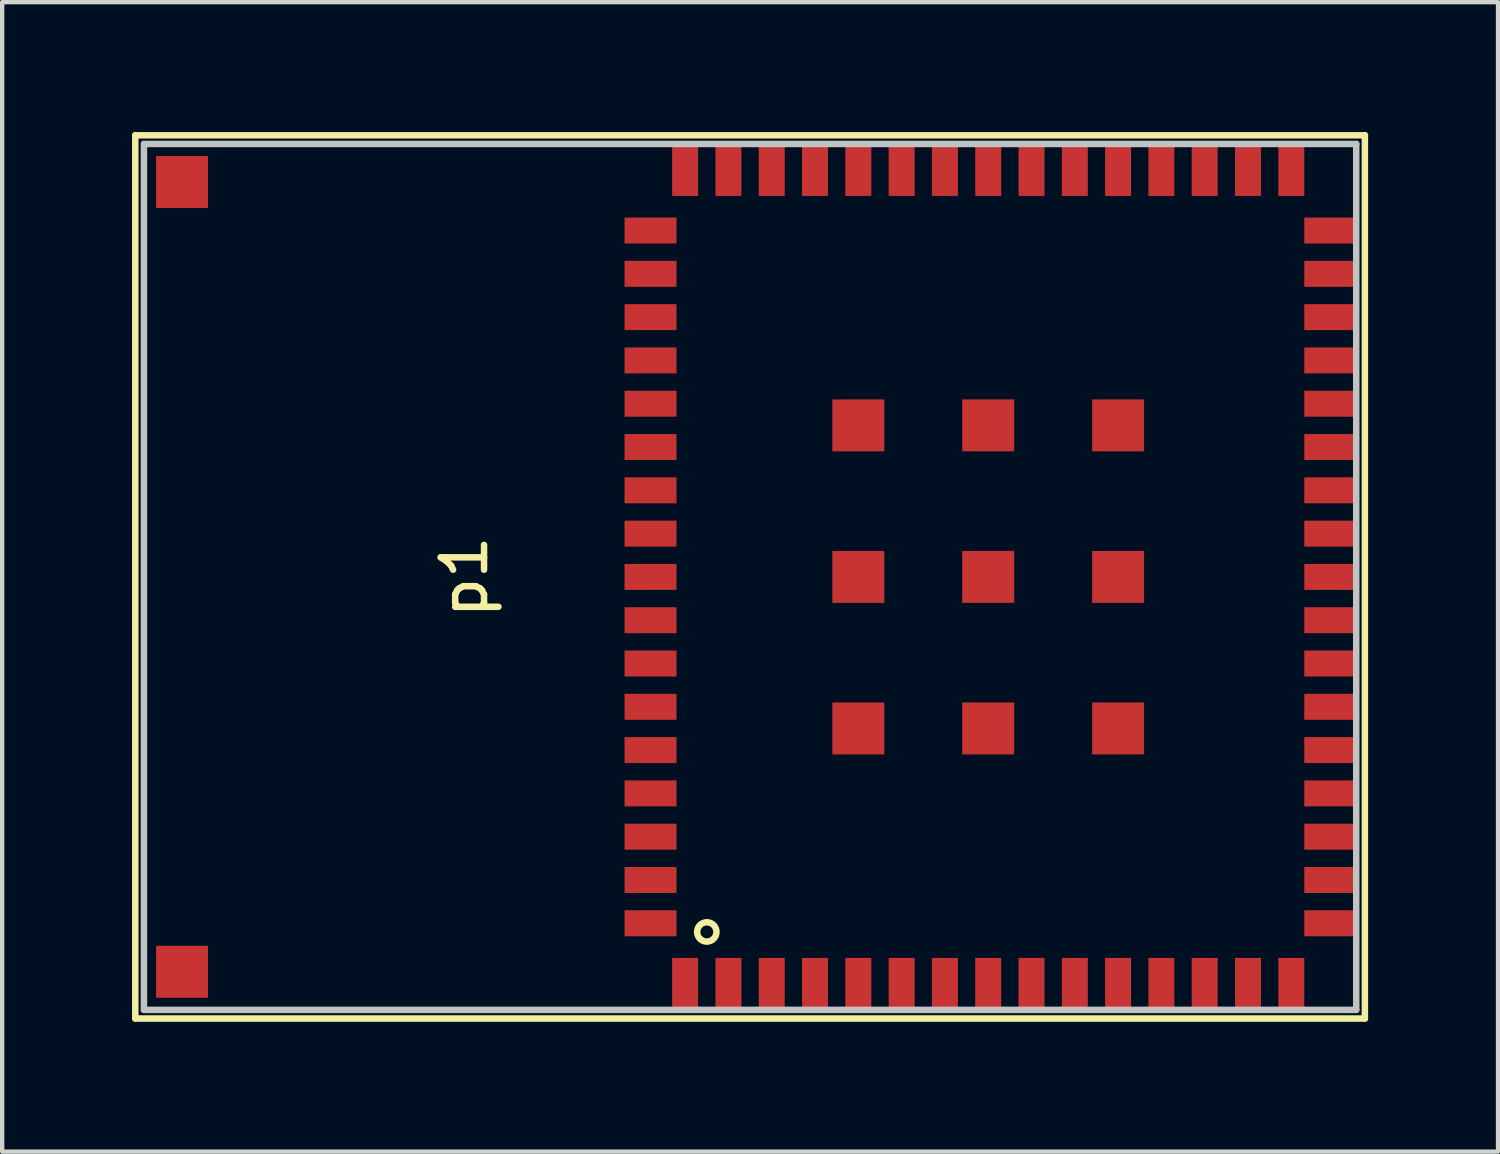
<source format=kicad_pcb>
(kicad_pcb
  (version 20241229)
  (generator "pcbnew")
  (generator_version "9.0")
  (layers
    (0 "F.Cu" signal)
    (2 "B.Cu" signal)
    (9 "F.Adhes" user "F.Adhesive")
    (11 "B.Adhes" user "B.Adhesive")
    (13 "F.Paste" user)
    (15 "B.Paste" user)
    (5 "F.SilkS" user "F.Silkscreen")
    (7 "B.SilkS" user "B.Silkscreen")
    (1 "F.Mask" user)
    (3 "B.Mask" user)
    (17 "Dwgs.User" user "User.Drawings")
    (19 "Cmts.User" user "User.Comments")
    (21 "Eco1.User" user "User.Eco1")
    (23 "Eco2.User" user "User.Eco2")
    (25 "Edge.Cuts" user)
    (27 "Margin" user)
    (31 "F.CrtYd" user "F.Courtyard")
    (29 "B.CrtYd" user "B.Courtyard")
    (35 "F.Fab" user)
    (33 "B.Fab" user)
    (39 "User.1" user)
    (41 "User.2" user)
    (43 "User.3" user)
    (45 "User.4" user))
  (footprint "p1"
    (layer "F.Cu")
    (at 0.275 20.275)
    (property "Reference" "p1" (at 7.4 -10 90) (layer "F.SilkS") (effects (font (size 1 1) (thickness 0.15))))
    (attr through_hole)
    (fp_line (start -0.2 -20.2) (end -0.2 0.2) (stroke (width 0.15) (type solid)) (layer "F.SilkS"))
    (fp_line (start -0.2 0.2) (end 28.2 0.2) (stroke (width 0.15) (type solid)) (layer "F.SilkS"))
    (fp_line (start 28.2 -20.2) (end -0.2 -20.2) (stroke (width 0.15) (type solid)) (layer "F.SilkS"))
    (fp_line (start 28.2 0.2) (end 28.2 -20.2) (stroke (width 0.15) (type solid)) (layer "F.SilkS"))
    (fp_circle (center 13 -1.8) (end 13.1 -2) (stroke (width 0.15) (type solid)) (fill no) (layer "F.SilkS"))
    (fp_line (start 0 -20) (end 0 0) (stroke (width 0.15) (type solid)) (layer "Dwgs.User"))
    (fp_line (start 0 0) (end 28 0) (stroke (width 0.15) (type solid)) (layer "Dwgs.User"))
    (fp_line (start 28 -20) (end 0 -20) (stroke (width 0.15) (type solid)) (layer "Dwgs.User"))
    (fp_line (start 28 0) (end 28 -20) (stroke (width 0.15) (type solid)) (layer "Dwgs.User"))
    (pad "1" smd rect (at 12.5 -0.6) (size 0.6 1.2) (layers "F.Cu" "F.Mask" "F.Paste"))
    (pad "2" smd rect (at 13.5 -0.6) (size 0.6 1.2) (layers "F.Cu" "F.Mask" "F.Paste"))
    (pad "3" smd rect (at 14.5 -0.6) (size 0.6 1.2) (layers "F.Cu" "F.Mask" "F.Paste"))
    (pad "4" smd rect (at 15.5 -0.6) (size 0.6 1.2) (layers "F.Cu" "F.Mask" "F.Paste"))
    (pad "5" smd rect (at 16.5 -0.6) (size 0.6 1.2) (layers "F.Cu" "F.Mask" "F.Paste"))
    (pad "6" smd rect (at 17.5 -0.6) (size 0.6 1.2) (layers "F.Cu" "F.Mask" "F.Paste"))
    (pad "7" smd rect (at 18.5 -0.6) (size 0.6 1.2) (layers "F.Cu" "F.Mask" "F.Paste"))
    (pad "8" smd rect (at 19.5 -0.6) (size 0.6 1.2) (layers "F.Cu" "F.Mask" "F.Paste"))
    (pad "9" smd rect (at 20.5 -0.6) (size 0.6 1.2) (layers "F.Cu" "F.Mask" "F.Paste"))
    (pad "10" smd rect (at 21.5 -0.6) (size 0.6 1.2) (layers "F.Cu" "F.Mask" "F.Paste"))
    (pad "11" smd rect (at 22.5 -0.6) (size 0.6 1.2) (layers "F.Cu" "F.Mask" "F.Paste"))
    (pad "12" smd rect (at 23.5 -0.6) (size 0.6 1.2) (layers "F.Cu" "F.Mask" "F.Paste"))
    (pad "13" smd rect (at 24.5 -0.6) (size 0.6 1.2) (layers "F.Cu" "F.Mask" "F.Paste"))
    (pad "14" smd rect (at 25.5 -0.6) (size 0.6 1.2) (layers "F.Cu" "F.Mask" "F.Paste"))
    (pad "15" smd rect (at 26.5 -0.6) (size 0.6 1.2) (layers "F.Cu" "F.Mask" "F.Paste"))
    (pad "16" smd rect (at 27.4 -2 90) (size 0.6 1.2) (layers "F.Cu" "F.Mask" "F.Paste"))
    (pad "17" smd rect (at 27.4 -3 90) (size 0.6 1.2) (layers "F.Cu" "F.Mask" "F.Paste"))
    (pad "18" smd rect (at 27.4 -4 90) (size 0.6 1.2) (layers "F.Cu" "F.Mask" "F.Paste"))
    (pad "19" smd rect (at 27.4 -5 90) (size 0.6 1.2) (layers "F.Cu" "F.Mask" "F.Paste"))
    (pad "20" smd rect (at 27.4 -6 90) (size 0.6 1.2) (layers "F.Cu" "F.Mask" "F.Paste"))
    (pad "21" smd rect (at 27.4 -7 90) (size 0.6 1.2) (layers "F.Cu" "F.Mask" "F.Paste"))
    (pad "22" smd rect (at 27.4 -8 90) (size 0.6 1.2) (layers "F.Cu" "F.Mask" "F.Paste"))
    (pad "23" smd rect (at 27.4 -9 90) (size 0.6 1.2) (layers "F.Cu" "F.Mask" "F.Paste"))
    (pad "24" smd rect (at 27.4 -10 90) (size 0.6 1.2) (layers "F.Cu" "F.Mask" "F.Paste"))
    (pad "25" smd rect (at 27.4 -11 90) (size 0.6 1.2) (layers "F.Cu" "F.Mask" "F.Paste"))
    (pad "26" smd rect (at 27.4 -12 90) (size 0.6 1.2) (layers "F.Cu" "F.Mask" "F.Paste"))
    (pad "27" smd rect (at 27.4 -13 90) (size 0.6 1.2) (layers "F.Cu" "F.Mask" "F.Paste"))
    (pad "28" smd rect (at 27.4 -14 90) (size 0.6 1.2) (layers "F.Cu" "F.Mask" "F.Paste"))
    (pad "29" smd rect (at 27.4 -15 90) (size 0.6 1.2) (layers "F.Cu" "F.Mask" "F.Paste"))
    (pad "30" smd rect (at 27.4 -16 90) (size 0.6 1.2) (layers "F.Cu" "F.Mask" "F.Paste"))
    (pad "31" smd rect (at 27.4 -17 90) (size 0.6 1.2) (layers "F.Cu" "F.Mask" "F.Paste"))
    (pad "32" smd rect (at 27.4 -18 90) (size 0.6 1.2) (layers "F.Cu" "F.Mask" "F.Paste"))
    (pad "33" smd rect (at 26.5 -19.4) (size 0.6 1.2) (layers "F.Cu" "F.Mask" "F.Paste"))
    (pad "34" smd rect (at 25.5 -19.4) (size 0.6 1.2) (layers "F.Cu" "F.Mask" "F.Paste"))
    (pad "35" smd rect (at 24.5 -19.4) (size 0.6 1.2) (layers "F.Cu" "F.Mask" "F.Paste"))
    (pad "36" smd rect (at 23.5 -19.4) (size 0.6 1.2) (layers "F.Cu" "F.Mask" "F.Paste"))
    (pad "37" smd rect (at 22.5 -19.4) (size 0.6 1.2) (layers "F.Cu" "F.Mask" "F.Paste"))
    (pad "38" smd rect (at 21.5 -19.4) (size 0.6 1.2) (layers "F.Cu" "F.Mask" "F.Paste"))
    (pad "39" smd rect (at 20.5 -19.4) (size 0.6 1.2) (layers "F.Cu" "F.Mask" "F.Paste"))
    (pad "40" smd rect (at 19.5 -19.4) (size 0.6 1.2) (layers "F.Cu" "F.Mask" "F.Paste"))
    (pad "41" smd rect (at 18.5 -19.4) (size 0.6 1.2) (layers "F.Cu" "F.Mask" "F.Paste"))
    (pad "42" smd rect (at 17.5 -19.4) (size 0.6 1.2) (layers "F.Cu" "F.Mask" "F.Paste"))
    (pad "43" smd rect (at 16.5 -19.4) (size 0.6 1.2) (layers "F.Cu" "F.Mask" "F.Paste"))
    (pad "44" smd rect (at 15.5 -19.4) (size 0.6 1.2) (layers "F.Cu" "F.Mask" "F.Paste"))
    (pad "45" smd rect (at 14.5 -19.4) (size 0.6 1.2) (layers "F.Cu" "F.Mask" "F.Paste"))
    (pad "46" smd rect (at 13.5 -19.4) (size 0.6 1.2) (layers "F.Cu" "F.Mask" "F.Paste"))
    (pad "47" smd rect (at 12.5 -19.4) (size 0.6 1.2) (layers "F.Cu" "F.Mask" "F.Paste"))
    (pad "48" smd rect (at 11.7 -18 90) (size 0.6 1.2) (layers "F.Cu" "F.Mask" "F.Paste"))
    (pad "49" smd rect (at 11.7 -17 90) (size 0.6 1.2) (layers "F.Cu" "F.Mask" "F.Paste"))
    (pad "50" smd rect (at 11.7 -16 90) (size 0.6 1.2) (layers "F.Cu" "F.Mask" "F.Paste"))
    (pad "51" smd rect (at 11.7 -15 90) (size 0.6 1.2) (layers "F.Cu" "F.Mask" "F.Paste"))
    (pad "52" smd rect (at 11.7 -14 90) (size 0.6 1.2) (layers "F.Cu" "F.Mask" "F.Paste"))
    (pad "53" smd rect (at 11.7 -13 90) (size 0.6 1.2) (layers "F.Cu" "F.Mask" "F.Paste"))
    (pad "54" smd rect (at 11.7 -12 90) (size 0.6 1.2) (layers "F.Cu" "F.Mask" "F.Paste"))
    (pad "55" smd rect (at 11.7 -11 90) (size 0.6 1.2) (layers "F.Cu" "F.Mask" "F.Paste"))
    (pad "56" smd rect (at 11.7 -10 90) (size 0.6 1.2) (layers "F.Cu" "F.Mask" "F.Paste"))
    (pad "57" smd rect (at 11.7 -9 90) (size 0.6 1.2) (layers "F.Cu" "F.Mask" "F.Paste"))
    (pad "58" smd rect (at 11.7 -8 90) (size 0.6 1.2) (layers "F.Cu" "F.Mask" "F.Paste"))
    (pad "59" smd rect (at 11.7 -7 90) (size 0.6 1.2) (layers "F.Cu" "F.Mask" "F.Paste"))
    (pad "60" smd rect (at 11.7 -6 90) (size 0.6 1.2) (layers "F.Cu" "F.Mask" "F.Paste"))
    (pad "61" smd rect (at 11.7 -5 90) (size 0.6 1.2) (layers "F.Cu" "F.Mask" "F.Paste"))
    (pad "62" smd rect (at 11.7 -4 90) (size 0.6 1.2) (layers "F.Cu" "F.Mask" "F.Paste"))
    (pad "63" smd rect (at 11.7 -3 90) (size 0.6 1.2) (layers "F.Cu" "F.Mask" "F.Paste"))
    (pad "64" smd rect (at 11.7 -2 90) (size 0.6 1.2) (layers "F.Cu" "F.Mask" "F.Paste"))
    (pad "65" smd rect (at 16.5 -6.5 180) (size 1.2 1.2) (layers "F.Cu" "F.Mask" "F.Paste"))
    (pad "66" smd rect (at 19.5 -6.5 180) (size 1.2 1.2) (layers "F.Cu" "F.Mask" "F.Paste"))
    (pad "67" smd rect (at 22.5 -6.5 180) (size 1.2 1.2) (layers "F.Cu" "F.Mask" "F.Paste"))
    (pad "68" smd rect (at 16.5 -10 180) (size 1.2 1.2) (layers "F.Cu" "F.Mask" "F.Paste"))
    (pad "69" smd rect (at 19.5 -10 180) (size 1.2 1.2) (layers "F.Cu" "F.Mask" "F.Paste"))
    (pad "70" smd rect (at 22.5 -10 180) (size 1.2 1.2) (layers "F.Cu" "F.Mask" "F.Paste"))
    (pad "71" smd rect (at 16.5 -13.5 90) (size 1.2 1.2) (layers "F.Cu" "F.Mask" "F.Paste"))
    (pad "72" smd rect (at 19.5 -13.5 180) (size 1.2 1.2) (layers "F.Cu" "F.Mask" "F.Paste"))
    (pad "73" smd rect (at 22.5 -13.5 180) (size 1.2 1.2) (layers "F.Cu" "F.Mask" "F.Paste"))
    (pad "74" smd rect (at 0.88 -19.12) (size 1.2 1.2) (layers "F.Cu" "F.Mask" "F.Paste"))
    (pad "75" smd rect (at 0.88 -0.88 180) (size 1.2 1.2) (layers "F.Cu" "F.Mask" "F.Paste")))
  (gr_rect
    (start -3 -3)
    (end 31.55 23.55)
    (stroke (width 0.1) (type default))
    (fill no)
    (layer "Edge.Cuts")))
</source>
